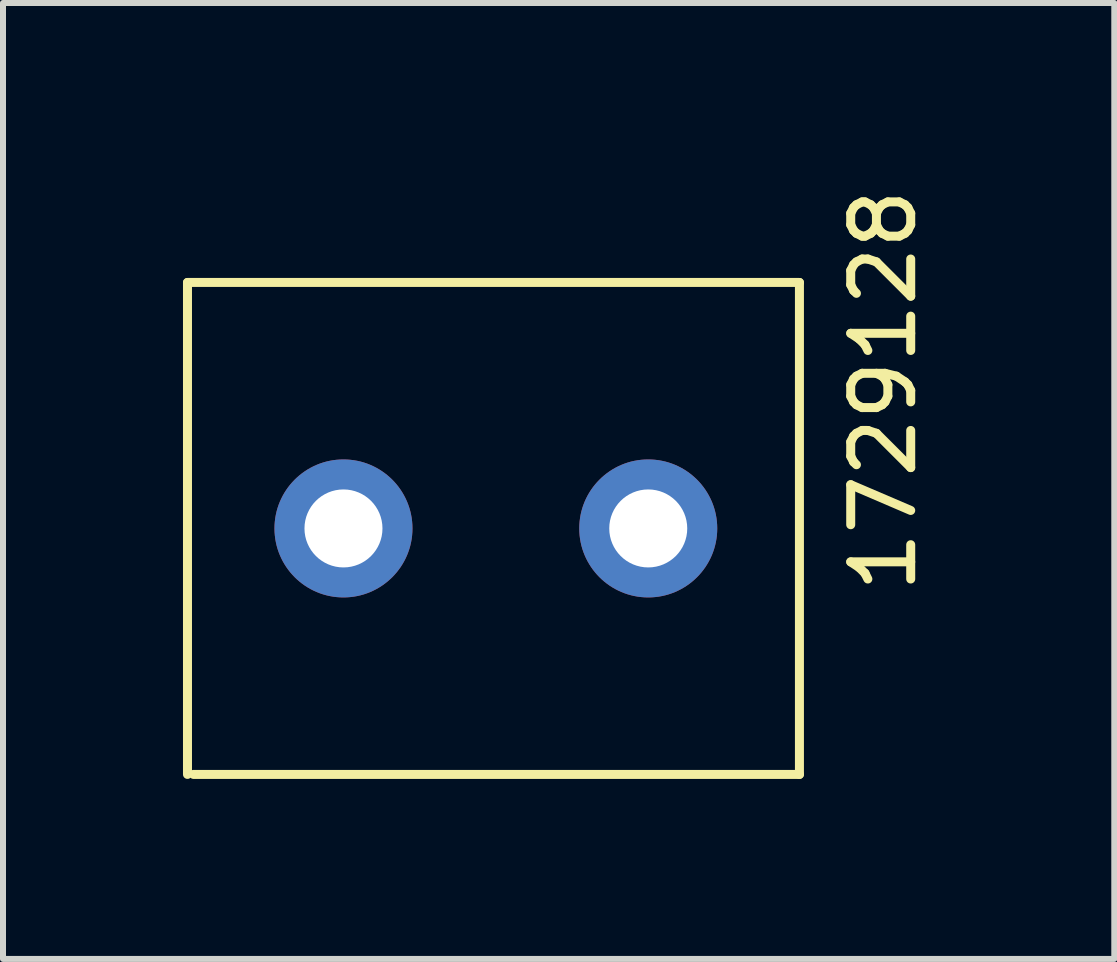
<source format=kicad_pcb>
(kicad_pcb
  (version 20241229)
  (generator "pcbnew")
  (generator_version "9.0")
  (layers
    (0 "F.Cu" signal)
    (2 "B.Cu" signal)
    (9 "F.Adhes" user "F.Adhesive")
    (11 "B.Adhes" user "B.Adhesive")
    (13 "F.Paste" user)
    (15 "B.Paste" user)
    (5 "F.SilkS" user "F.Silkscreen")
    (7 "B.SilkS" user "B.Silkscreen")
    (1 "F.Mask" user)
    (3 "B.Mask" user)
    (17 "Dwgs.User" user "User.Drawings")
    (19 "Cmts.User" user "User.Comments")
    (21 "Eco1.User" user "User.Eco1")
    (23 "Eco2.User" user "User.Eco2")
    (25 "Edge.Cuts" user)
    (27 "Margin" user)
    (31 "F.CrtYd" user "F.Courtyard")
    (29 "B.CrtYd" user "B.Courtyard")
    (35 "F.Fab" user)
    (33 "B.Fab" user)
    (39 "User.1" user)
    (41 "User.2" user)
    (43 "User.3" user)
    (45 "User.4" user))
  (footprint "1729128"
    (layer "F.Cu")
    (at 2.675 5.758)
    (property "Reference" "1729128" (at 9 -2.3 90) (layer "F.SilkS") (effects (font (size 1 1) (thickness 0.15))))
    (attr through_hole)
    (fp_line (start -2.6 -4.1) (end -2.6 4.1) (stroke (width 0.15) (type solid)) (layer "F.SilkS"))
    (fp_line (start -2.5 4.1) (end 7.6 4.1) (stroke (width 0.15) (type solid)) (layer "F.SilkS"))
    (fp_line (start 7.6 -4.1) (end -2.6 -4.1) (stroke (width 0.15) (type solid)) (layer "F.SilkS"))
    (fp_line (start 7.6 4.1) (end 7.6 -4.1) (stroke (width 0.15) (type solid)) (layer "F.SilkS"))
    (pad "1" thru_hole circle (at 5.08 0) (size 2.3 2.3) (drill 1.3) (layers "*.Cu" "*.Mask"))
    (pad "2" thru_hole circle (at 0 0) (size 2.3 2.3) (drill 1.3) (layers "*.Cu" "*.Mask")))
  (gr_rect
    (start -3 -3)
    (end 15.523 12.933)
    (stroke (width 0.1) (type default))
    (fill no)
    (layer "Edge.Cuts")))
</source>
